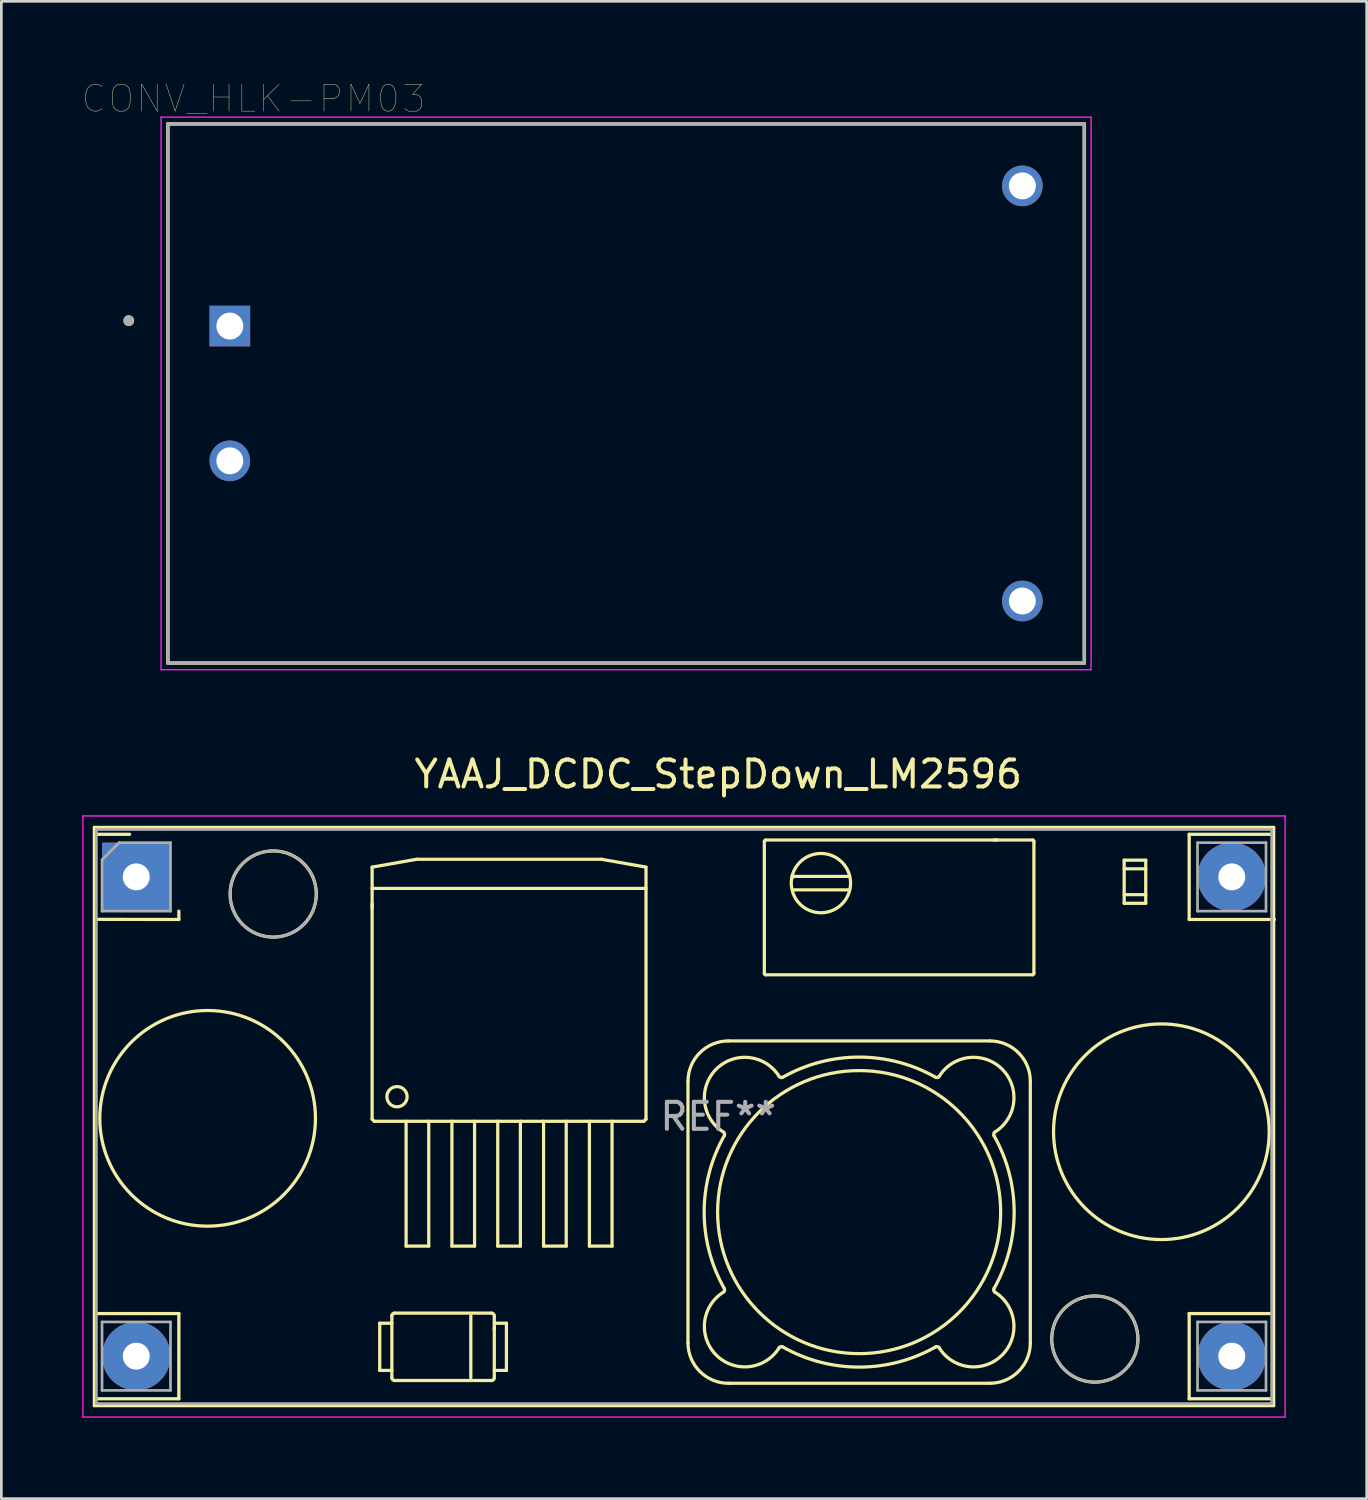
<source format=kicad_pcb>
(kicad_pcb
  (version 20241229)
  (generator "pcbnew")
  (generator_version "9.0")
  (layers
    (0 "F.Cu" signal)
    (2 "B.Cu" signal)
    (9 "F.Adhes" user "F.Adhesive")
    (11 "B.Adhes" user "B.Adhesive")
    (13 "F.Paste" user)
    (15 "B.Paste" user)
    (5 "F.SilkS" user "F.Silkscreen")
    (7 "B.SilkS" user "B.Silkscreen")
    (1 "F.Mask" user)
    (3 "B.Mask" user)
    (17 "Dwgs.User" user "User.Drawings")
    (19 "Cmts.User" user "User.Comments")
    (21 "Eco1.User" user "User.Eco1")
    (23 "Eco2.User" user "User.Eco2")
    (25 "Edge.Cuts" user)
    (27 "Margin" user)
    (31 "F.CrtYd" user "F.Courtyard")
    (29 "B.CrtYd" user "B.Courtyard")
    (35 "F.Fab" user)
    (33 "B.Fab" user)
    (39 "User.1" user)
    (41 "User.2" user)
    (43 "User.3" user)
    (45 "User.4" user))
  (footprint "CONV_HLK-PM03"
    (layer "F.Cu")
    (at 20.176 11.546)
    (property "Reference" "CONV_HLK-PM03" (at -13.825 -10.935 0) (layer "F.SilkS") (effects (font (size 1 1) (thickness 0.015))))
    (attr through_hole)
    (fp_line (start -17 -10) (end -17 10) (stroke (width 0.127) (type solid)) (layer "F.SilkS"))
    (fp_line (start -17 10) (end 17 10) (stroke (width 0.127) (type solid)) (layer "F.SilkS"))
    (fp_line (start 17 -10) (end -17 -10) (stroke (width 0.127) (type solid)) (layer "F.SilkS"))
    (fp_line (start 17 10) (end 17 -10) (stroke (width 0.127) (type solid)) (layer "F.SilkS"))
    (fp_circle (center -18.45 -2.7) (end -18.35 -2.7) (stroke (width 0.2) (type solid)) (fill no) (layer "F.SilkS"))
    (fp_line (start -17.25 -10.25) (end -17.25 10.25) (stroke (width 0.05) (type solid)) (layer "F.CrtYd"))
    (fp_line (start -17.25 10.25) (end 17.25 10.25) (stroke (width 0.05) (type solid)) (layer "F.CrtYd"))
    (fp_line (start 17.25 -10.25) (end -17.25 -10.25) (stroke (width 0.05) (type solid)) (layer "F.CrtYd"))
    (fp_line (start 17.25 10.25) (end 17.25 -10.25) (stroke (width 0.05) (type solid)) (layer "F.CrtYd"))
    (fp_line (start -17 -10) (end -17 10) (stroke (width 0.127) (type solid)) (layer "F.Fab"))
    (fp_line (start -17 10) (end 17 10) (stroke (width 0.127) (type solid)) (layer "F.Fab"))
    (fp_line (start 17 -10) (end -17 -10) (stroke (width 0.127) (type solid)) (layer "F.Fab"))
    (fp_line (start 17 10) (end 17 -10) (stroke (width 0.127) (type solid)) (layer "F.Fab"))
    (fp_circle (center -18.45 -2.7) (end -18.35 -2.7) (stroke (width 0.2) (type solid)) (fill no) (layer "F.Fab"))
    (pad "1" thru_hole rect (at -14.7 -2.5) (size 1.508 1.508) (drill 1) (layers "*.Cu" "*.Mask"))
    (pad "2" thru_hole circle (at -14.7 2.5) (size 1.508 1.508) (drill 1) (layers "*.Cu" "*.Mask"))
    (pad "3" thru_hole circle (at 14.7 -7.7) (size 1.508 1.508) (drill 1) (layers "*.Cu" "*.Mask"))
    (pad "4" thru_hole circle (at 14.7 7.7) (size 1.508 1.508) (drill 1) (layers "*.Cu" "*.Mask")))
  (footprint "YAAJ_DCDC_StepDown_LM2596"
    (layer "F.Cu")
    (at 2.005 29.48)
    (property "Reference" "YAAJ_DCDC_StepDown_LM2596" (at 21.59 -3.81 0) (layer "F.SilkS") (effects (font (size 1 1) (thickness 0.15))))
    (attr through_hole)
    (fp_line (start -1.555 -1.835) (end -1.555 19.615) (stroke (width 0.12) (type solid)) (layer "F.SilkS"))
    (fp_line (start -1.555 19.615) (end 42.195 19.615) (stroke (width 0.12) (type solid)) (layer "F.SilkS"))
    (fp_line (start -1.55 -1.58) (end -0.25 -1.58) (stroke (width 0.12) (type solid)) (layer "F.SilkS"))
    (fp_line (start -1.55 1.575) (end 1.58 1.58) (stroke (width 0.12) (type solid)) (layer "F.SilkS"))
    (fp_line (start -1.55 16.2) (end 1.58 16.2) (stroke (width 0.12) (type solid)) (layer "F.SilkS"))
    (fp_line (start -1.55 19.36) (end 1.58 19.36) (stroke (width 0.12) (type solid)) (layer "F.SilkS"))
    (fp_line (start 1.58 1.27) (end 1.58 1.58) (stroke (width 0.12) (type solid)) (layer "F.SilkS"))
    (fp_line (start 1.58 16.2) (end 1.58 19.36) (stroke (width 0.12) (type solid)) (layer "F.SilkS"))
    (fp_line (start 8.749 1.004) (end 8.749 1.166) (stroke (width 0.12) (type solid)) (layer "F.SilkS"))
    (fp_line (start 8.75 -0.362) (end 10.4 -0.653) (stroke (width 0.12) (type solid)) (layer "F.SilkS"))
    (fp_line (start 8.75 8.989) (end 8.75 -0.362) (stroke (width 0.12) (type solid)) (layer "F.SilkS"))
    (fp_line (start 8.75 8.989) (end 8.828 9.067) (stroke (width 0.12) (type solid)) (layer "F.SilkS"))
    (fp_line (start 8.828 9.067) (end 18.833 9.067) (stroke (width 0.12) (type solid)) (layer "F.SilkS"))
    (fp_line (start 9.032 16.558) (end 9.482 16.558) (stroke (width 0.12) (type solid)) (layer "F.SilkS"))
    (fp_line (start 9.032 18.308) (end 9.032 16.558) (stroke (width 0.12) (type solid)) (layer "F.SilkS"))
    (fp_line (start 9.482 18.308) (end 9.032 18.308) (stroke (width 0.12) (type solid)) (layer "F.SilkS"))
    (fp_line (start 9.482 18.583) (end 9.482 16.283) (stroke (width 0.12) (type solid)) (layer "F.SilkS"))
    (fp_line (start 9.582 16.183) (end 13.182 16.183) (stroke (width 0.12) (type solid)) (layer "F.SilkS"))
    (fp_line (start 10.01 13.697) (end 10.01 9.067) (stroke (width 0.12) (type solid)) (layer "F.SilkS"))
    (fp_line (start 10.01 13.697) (end 10.85 13.697) (stroke (width 0.12) (type solid)) (layer "F.SilkS"))
    (fp_line (start 10.4 -0.653) (end 17.26 -0.653) (stroke (width 0.12) (type solid)) (layer "F.SilkS"))
    (fp_line (start 10.85 13.697) (end 10.85 9.067) (stroke (width 0.12) (type solid)) (layer "F.SilkS"))
    (fp_line (start 11.71 13.697) (end 11.71 9.067) (stroke (width 0.12) (type solid)) (layer "F.SilkS"))
    (fp_line (start 11.71 13.697) (end 12.55 13.697) (stroke (width 0.12) (type solid)) (layer "F.SilkS"))
    (fp_line (start 12.411 16.283) (end 12.411 18.583) (stroke (width 0.12) (type solid)) (layer "F.SilkS"))
    (fp_line (start 12.55 13.697) (end 12.55 9.067) (stroke (width 0.12) (type solid)) (layer "F.SilkS"))
    (fp_line (start 13.182 18.683) (end 9.582 18.683) (stroke (width 0.12) (type solid)) (layer "F.SilkS"))
    (fp_line (start 13.282 16.283) (end 13.282 18.583) (stroke (width 0.12) (type solid)) (layer "F.SilkS"))
    (fp_line (start 13.282 16.558) (end 13.732 16.558) (stroke (width 0.12) (type solid)) (layer "F.SilkS"))
    (fp_line (start 13.283 16.795) (end 13.283 16.7) (stroke (width 0.12) (type solid)) (layer "F.SilkS"))
    (fp_line (start 13.41 13.697) (end 13.41 9.067) (stroke (width 0.12) (type solid)) (layer "F.SilkS"))
    (fp_line (start 13.41 13.697) (end 14.25 13.697) (stroke (width 0.12) (type solid)) (layer "F.SilkS"))
    (fp_line (start 13.732 16.558) (end 13.732 18.308) (stroke (width 0.12) (type solid)) (layer "F.SilkS"))
    (fp_line (start 13.732 18.308) (end 13.282 18.308) (stroke (width 0.12) (type solid)) (layer "F.SilkS"))
    (fp_line (start 14.25 13.697) (end 14.25 9.067) (stroke (width 0.12) (type solid)) (layer "F.SilkS"))
    (fp_line (start 15.11 13.697) (end 15.11 9.067) (stroke (width 0.12) (type solid)) (layer "F.SilkS"))
    (fp_line (start 15.11 13.697) (end 15.95 13.697) (stroke (width 0.12) (type solid)) (layer "F.SilkS"))
    (fp_line (start 15.95 13.697) (end 15.95 9.067) (stroke (width 0.12) (type solid)) (layer "F.SilkS"))
    (fp_line (start 16.81 13.697) (end 16.81 9.067) (stroke (width 0.12) (type solid)) (layer "F.SilkS"))
    (fp_line (start 16.81 13.697) (end 17.65 13.697) (stroke (width 0.12) (type solid)) (layer "F.SilkS"))
    (fp_line (start 17.26 -0.653) (end 18.91 -0.362) (stroke (width 0.12) (type solid)) (layer "F.SilkS"))
    (fp_line (start 17.65 13.697) (end 17.65 9.067) (stroke (width 0.12) (type solid)) (layer "F.SilkS"))
    (fp_line (start 18.833 9.067) (end 18.91 8.989) (stroke (width 0.12) (type solid)) (layer "F.SilkS"))
    (fp_line (start 18.91 0.427) (end 8.75 0.427) (stroke (width 0.12) (type solid)) (layer "F.SilkS"))
    (fp_line (start 18.91 8.989) (end 18.91 -0.362) (stroke (width 0.12) (type solid)) (layer "F.SilkS"))
    (fp_line (start 20.467 7.586) (end 20.467 17.286) (stroke (width 0.12) (type solid)) (layer "F.SilkS"))
    (fp_line (start 21.967 18.786) (end 31.667 18.786) (stroke (width 0.12) (type solid)) (layer "F.SilkS"))
    (fp_line (start 23.3 3.582) (end 23.3 -1.318) (stroke (width 0.12) (type solid)) (layer "F.SilkS"))
    (fp_line (start 23.35 -1.368) (end 33.25 -1.368) (stroke (width 0.12) (type solid)) (layer "F.SilkS"))
    (fp_line (start 24.336 -0.049) (end 24.361 -0.018) (stroke (width 0.12) (type solid)) (layer "F.SilkS"))
    (fp_line (start 24.349 0.007) (end 24.324 0.002) (stroke (width 0.12) (type solid)) (layer "F.SilkS"))
    (fp_line (start 24.349 0.007) (end 24.356 -0.024) (stroke (width 0.12) (type solid)) (layer "F.SilkS"))
    (fp_line (start 24.349 0.007) (end 24.361 -0.018) (stroke (width 0.12) (type solid)) (layer "F.SilkS"))
    (fp_line (start 24.361 0.482) (end 26.439 0.482) (stroke (width 0.12) (type solid)) (layer "F.SilkS"))
    (fp_line (start 26.439 -0.018) (end 24.361 -0.018) (stroke (width 0.12) (type solid)) (layer "F.SilkS"))
    (fp_line (start 31.667 6.086) (end 21.967 6.086) (stroke (width 0.12) (type solid)) (layer "F.SilkS"))
    (fp_line (start 31.859 -1.369) (end 31.814 -1.369) (stroke (width 0.12) (type solid)) (layer "F.SilkS"))
    (fp_line (start 31.942 -1.369) (end 31.908 -1.369) (stroke (width 0.12) (type solid)) (layer "F.SilkS"))
    (fp_line (start 33.167 17.286) (end 33.167 7.586) (stroke (width 0.12) (type solid)) (layer "F.SilkS"))
    (fp_line (start 33.25 3.632) (end 23.35 3.632) (stroke (width 0.12) (type solid)) (layer "F.SilkS"))
    (fp_line (start 33.3 -1.318) (end 33.3 3.582) (stroke (width 0.12) (type solid)) (layer "F.SilkS"))
    (fp_line (start 36.649 -0.3) (end 37.449 -0.3) (stroke (width 0.12) (type solid)) (layer "F.SilkS"))
    (fp_line (start 36.649 0.98) (end 36.649 -0.62) (stroke (width 0.12) (type solid)) (layer "F.SilkS"))
    (fp_line (start 37.449 -0.62) (end 36.649 -0.62) (stroke (width 0.12) (type solid)) (layer "F.SilkS"))
    (fp_line (start 37.449 -0.62) (end 37.449 0.98) (stroke (width 0.12) (type solid)) (layer "F.SilkS"))
    (fp_line (start 37.449 0.66) (end 36.649 0.66) (stroke (width 0.12) (type solid)) (layer "F.SilkS"))
    (fp_line (start 37.449 0.98) (end 36.649 0.98) (stroke (width 0.12) (type solid)) (layer "F.SilkS"))
    (fp_line (start 39.06 -1.58) (end 42.175 -1.58) (stroke (width 0.12) (type solid)) (layer "F.SilkS"))
    (fp_line (start 39.06 1.58) (end 39.06 -1.58) (stroke (width 0.12) (type solid)) (layer "F.SilkS"))
    (fp_line (start 39.06 1.58) (end 42.22 1.58) (stroke (width 0.12) (type solid)) (layer "F.SilkS"))
    (fp_line (start 39.06 16.2) (end 42.175 16.2) (stroke (width 0.12) (type solid)) (layer "F.SilkS"))
    (fp_line (start 39.06 19.36) (end 39.06 16.2) (stroke (width 0.12) (type solid)) (layer "F.SilkS"))
    (fp_line (start 39.06 19.36) (end 42.175 19.36) (stroke (width 0.12) (type solid)) (layer "F.SilkS"))
    (fp_line (start 42.195 -1.835) (end -1.555 -1.835) (stroke (width 0.12) (type solid)) (layer "F.SilkS"))
    (fp_line (start 42.195 19.615) (end 42.195 -1.835) (stroke (width 0.12) (type solid)) (layer "F.SilkS"))
    (fp_arc (start 9.481636 16.283217) (mid 9.510925 16.212506) (end 9.581636 16.183217) (stroke (width 0.12) (type solid)) (layer "F.SilkS"))
    (fp_arc (start 9.581636 18.683217) (mid 9.510925 18.653928) (end 9.481636 18.583217) (stroke (width 0.12) (type solid)) (layer "F.SilkS"))
    (fp_arc (start 13.181636 16.183217) (mid 13.252347 16.212506) (end 13.281636 16.283217) (stroke (width 0.12) (type solid)) (layer "F.SilkS"))
    (fp_arc (start 13.281636 18.583217) (mid 13.252347 18.653928) (end 13.181636 18.683217) (stroke (width 0.12) (type solid)) (layer "F.SilkS"))
    (fp_arc (start 20.467397 7.585796) (mid 20.906737 6.525136) (end 21.967397 6.085796) (stroke (width 0.12) (type solid)) (layer "F.SilkS"))
    (fp_arc (start 21.781131 9.46601) (mid 21.825145 9.526245) (end 21.815218 9.600183) (stroke (width 0.12) (type solid)) (layer "F.SilkS"))
    (fp_arc (start 21.781132 9.466011) (mid 21.514096 7.132496) (end 23.847611 7.399531) (stroke (width 0.12) (type solid)) (layer "F.SilkS"))
    (fp_arc (start 21.815217 15.271409) (mid 21.825145 15.345347) (end 21.781132 15.405582) (stroke (width 0.12) (type solid)) (layer "F.SilkS"))
    (fp_arc (start 21.815218 15.27141) (mid 21.067397 12.435796) (end 21.815218 9.600183) (stroke (width 0.12) (type solid)) (layer "F.SilkS"))
    (fp_arc (start 21.967397 18.785796) (mid 20.906737 18.346456) (end 20.467397 17.285796) (stroke (width 0.12) (type solid)) (layer "F.SilkS"))
    (fp_arc (start 23.299783 -1.317705) (mid 23.314428 -1.35306) (end 23.349783 -1.367705) (stroke (width 0.12) (type solid)) (layer "F.SilkS"))
    (fp_arc (start 23.349783 3.632294) (mid 23.314428 3.617649) (end 23.299783 3.582294) (stroke (width 0.12) (type solid)) (layer "F.SilkS"))
    (fp_arc (start 23.847611 17.472062) (mid 21.514095 17.739097) (end 21.781132 15.405582) (stroke (width 0.12) (type solid)) (layer "F.SilkS"))
    (fp_arc (start 23.847611 17.472062) (mid 23.907845 17.428049) (end 23.981783 17.437976) (stroke (width 0.12) (type solid)) (layer "F.SilkS"))
    (fp_arc (start 23.981783 7.433617) (mid 23.907845 7.443544) (end 23.847611 7.399531) (stroke (width 0.12) (type solid)) (layer "F.SilkS"))
    (fp_arc (start 23.981784 7.433617) (mid 26.817397 6.685796) (end 29.653011 7.433617) (stroke (width 0.12) (type solid)) (layer "F.SilkS"))
    (fp_arc (start 24.324148 0.462527) (mid 26.469605 -0.023594) (end 24.336385 0.51369) (stroke (width 0.12) (type solid)) (layer "F.SilkS"))
    (fp_arc (start 29.653011 17.437976) (mid 26.817397 18.185797) (end 23.981783 17.437976) (stroke (width 0.12) (type solid)) (layer "F.SilkS"))
    (fp_arc (start 29.653011 17.437976) (mid 29.726949 17.428049) (end 29.787183 17.472062) (stroke (width 0.12) (type solid)) (layer "F.SilkS"))
    (fp_arc (start 29.787183 7.399531) (mid 29.726949 7.443544) (end 29.653011 7.433617) (stroke (width 0.12) (type solid)) (layer "F.SilkS"))
    (fp_arc (start 29.787183 7.399531) (mid 32.120699 7.132496) (end 31.853662 9.466011) (stroke (width 0.12) (type solid)) (layer "F.SilkS"))
    (fp_arc (start 31.667397 6.085796) (mid 32.728057 6.525136) (end 33.167397 7.585796) (stroke (width 0.12) (type solid)) (layer "F.SilkS"))
    (fp_arc (start 31.819576 9.600183) (mid 32.567397 12.435796) (end 31.819576 15.27141) (stroke (width 0.12) (type solid)) (layer "F.SilkS"))
    (fp_arc (start 31.819577 9.600184) (mid 31.809649 9.526246) (end 31.853662 9.466011) (stroke (width 0.12) (type solid)) (layer "F.SilkS"))
    (fp_arc (start 31.853662 15.405582) (mid 32.120698 17.739097) (end 29.787183 17.472062) (stroke (width 0.12) (type solid)) (layer "F.SilkS"))
    (fp_arc (start 31.853663 15.405583) (mid 31.809649 15.345348) (end 31.819576 15.27141) (stroke (width 0.12) (type solid)) (layer "F.SilkS"))
    (fp_arc (start 33.167397 17.285796) (mid 32.728057 18.346456) (end 31.667397 18.785796) (stroke (width 0.12) (type solid)) (layer "F.SilkS"))
    (fp_arc (start 33.249783 -1.367705) (mid 33.285138 -1.35306) (end 33.299783 -1.317705) (stroke (width 0.12) (type solid)) (layer "F.SilkS"))
    (fp_arc (start 33.299783 3.582294) (mid 33.285138 3.617649) (end 33.249783 3.632294) (stroke (width 0.12) (type solid)) (layer "F.SilkS"))
    (fp_circle (center 2.647 8.957) (end 6.647 8.957) (stroke (width 0.12) (type solid)) (fill no) (layer "F.SilkS"))
    (fp_circle (center 5.08 0.635) (end 6.679 0.635) (stroke (width 0.12) (type solid)) (fill no) (layer "F.SilkS"))
    (fp_circle (center 9.673 8.155) (end 10.048 8.155) (stroke (width 0.12) (type solid)) (fill no) (layer "F.SilkS"))
    (fp_circle (center 26.817 12.436) (end 32.067 12.436) (stroke (width 0.12) (type solid)) (fill no) (layer "F.SilkS"))
    (fp_circle (center 35.56 17.145) (end 37.159 17.145) (stroke (width 0.12) (type solid)) (fill no) (layer "F.SilkS"))
    (fp_circle (center 38.029 9.455) (end 42.029 9.455) (stroke (width 0.12) (type solid)) (fill no) (layer "F.SilkS"))
    (fp_line (start -1.98 -2.26) (end 42.62 -2.26) (stroke (width 0.05) (type solid)) (layer "F.CrtYd"))
    (fp_line (start -1.98 20.04) (end -1.98 -2.26) (stroke (width 0.05) (type solid)) (layer "F.CrtYd"))
    (fp_line (start 42.62 -2.26) (end 42.62 20.04) (stroke (width 0.05) (type solid)) (layer "F.CrtYd"))
    (fp_line (start 42.62 20.04) (end -1.98 20.04) (stroke (width 0.05) (type solid)) (layer "F.CrtYd"))
    (fp_line (start -1.48 -1.76) (end -1.48 19.54) (stroke (width 0.1) (type solid)) (layer "F.Fab"))
    (fp_line (start -1.48 19.54) (end 42.12 19.54) (stroke (width 0.1) (type solid)) (layer "F.Fab"))
    (fp_line (start -1.27 -0.635) (end -0.635 -1.27) (stroke (width 0.1) (type solid)) (layer "F.Fab"))
    (fp_line (start -1.27 1.27) (end -1.27 -0.635) (stroke (width 0.1) (type solid)) (layer "F.Fab"))
    (fp_line (start -1.27 16.51) (end 1.27 16.51) (stroke (width 0.1) (type solid)) (layer "F.Fab"))
    (fp_line (start -1.27 19.05) (end -1.27 16.51) (stroke (width 0.1) (type solid)) (layer "F.Fab"))
    (fp_line (start -0.635 -1.27) (end 1.27 -1.27) (stroke (width 0.1) (type solid)) (layer "F.Fab"))
    (fp_line (start 1.27 -1.27) (end 1.27 1.27) (stroke (width 0.1) (type solid)) (layer "F.Fab"))
    (fp_line (start 1.27 1.27) (end -1.27 1.27) (stroke (width 0.1) (type solid)) (layer "F.Fab"))
    (fp_line (start 1.27 16.51) (end 1.27 19.05) (stroke (width 0.1) (type solid)) (layer "F.Fab"))
    (fp_line (start 1.27 19.05) (end -1.27 19.05) (stroke (width 0.1) (type solid)) (layer "F.Fab"))
    (fp_line (start 39.37 -1.27) (end 41.91 -1.27) (stroke (width 0.1) (type solid)) (layer "F.Fab"))
    (fp_line (start 39.37 1.27) (end 39.37 -1.27) (stroke (width 0.1) (type solid)) (layer "F.Fab"))
    (fp_line (start 39.37 16.51) (end 41.91 16.51) (stroke (width 0.1) (type solid)) (layer "F.Fab"))
    (fp_line (start 39.37 19.05) (end 39.37 16.51) (stroke (width 0.1) (type solid)) (layer "F.Fab"))
    (fp_line (start 41.91 -1.27) (end 41.91 1.27) (stroke (width 0.1) (type solid)) (layer "F.Fab"))
    (fp_line (start 41.91 1.27) (end 39.37 1.27) (stroke (width 0.1) (type solid)) (layer "F.Fab"))
    (fp_line (start 41.91 16.51) (end 41.91 19.05) (stroke (width 0.1) (type solid)) (layer "F.Fab"))
    (fp_line (start 41.91 19.05) (end 39.37 19.05) (stroke (width 0.1) (type solid)) (layer "F.Fab"))
    (fp_line (start 42.12 -1.76) (end -1.48 -1.76) (stroke (width 0.1) (type solid)) (layer "F.Fab"))
    (fp_line (start 42.12 19.54) (end 42.12 -1.76) (stroke (width 0.1) (type solid)) (layer "F.Fab"))
    (fp_circle (center 5.08 0.635) (end 6.679 0.635) (stroke (width 0.1) (type solid)) (fill no) (layer "F.Fab"))
    (fp_circle (center 35.56 17.145) (end 37.159 17.145) (stroke (width 0.1) (type solid)) (fill no) (layer "F.Fab"))
    (fp_text user "REF**" (at 21.59 8.89 0) (layer "F.Fab") (effects (font (size 1 1) (thickness 0.15))))
    (pad "1" thru_hole rect (at 0 0) (size 2.54 2.54) (drill 1) (layers "*.Cu" "*.Mask"))
    (pad "2" thru_hole circle (at 0 17.78) (size 2.54 2.54) (drill 1) (layers "*.Cu" "*.Mask"))
    (pad "3" thru_hole circle (at 40.64 17.78) (size 2.54 2.54) (drill 1) (layers "*.Cu" "*.Mask"))
    (pad "4" thru_hole circle (at 40.64 0) (size 2.54 2.54) (drill 1) (layers "*.Cu" "*.Mask")))
  (gr_rect
    (start -3 -3)
    (end 47.65 52.545)
    (stroke (width 0.1) (type default))
    (fill no)
    (layer "Edge.Cuts")))
</source>
